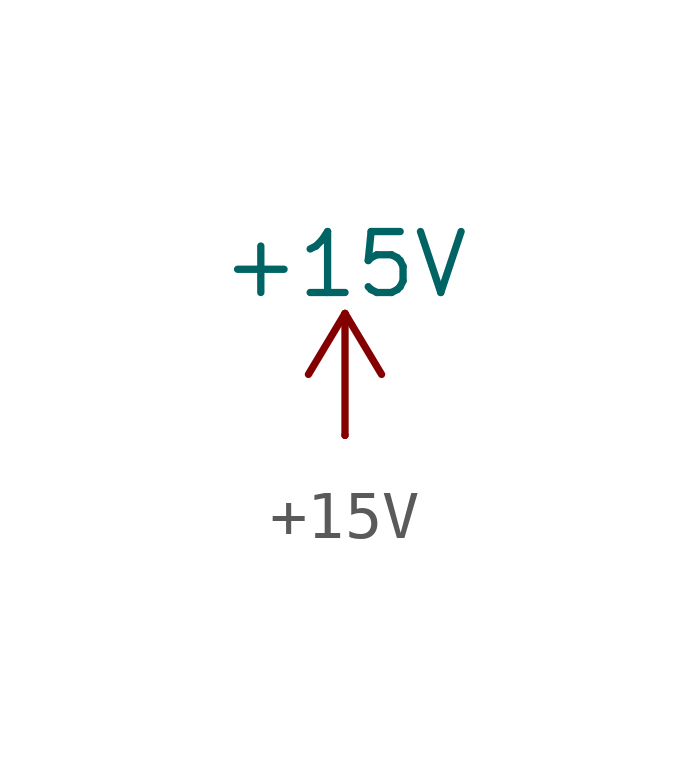
<source format=kicad_sym>
(kicad_symbol_lib
  (version 20241209)
  (generator "kicad_symbol_editor")
  (generator_version "9.0")
  (symbol "+15V"
    (power)
    (pin_numbers
      (hide yes))
    (pin_names
      (offset 0)
      (hide yes))
    (property "Reference" "#PWR"
      (at 0 -3.81 0)
      (effects (font (size 1.27 1.27)) (hide yes)))
    (property "Value" "+15V"
      (at 0 3.556 0)
      (effects (font (size 1.27 1.27))))
    (symbol "+15V_0_1"
      (polyline (pts (xy -0.762 1.27) (xy 0 2.54)) (stroke (width 0) (type default)) (fill (type none)))
      (polyline (pts (xy 0 2.54) (xy 0.762 1.27)) (stroke (width 0) (type default)) (fill (type none)))
      (polyline (pts (xy 0 0) (xy 0 2.54)) (stroke (width 0) (type default)) (fill (type none))))
    (symbol "+15V_1_1"
      (pin power_in line (at 0 0 90) (length 0) (name "~" (effects (font (size 1.27 1.27)))) (number "1" (effects (font (size 1.27 1.27))))))))
</source>
